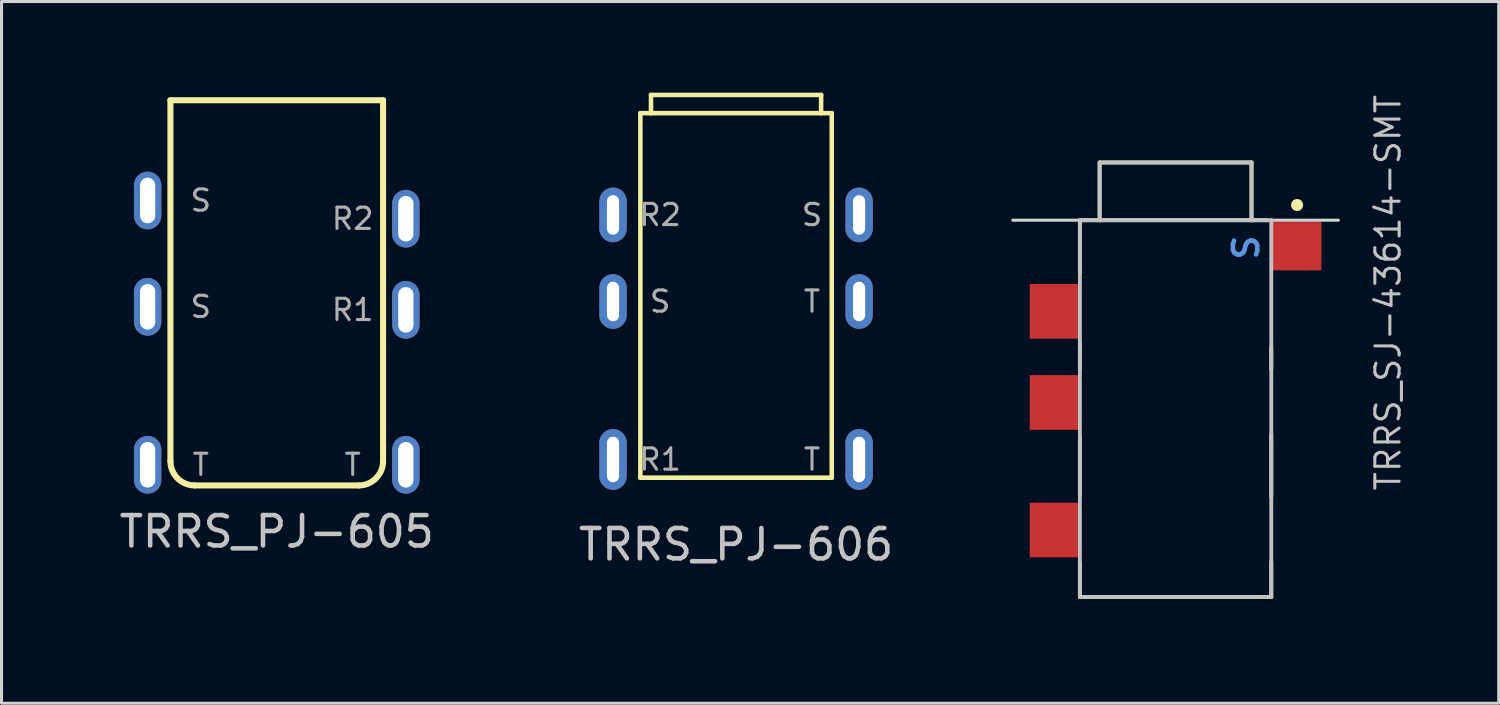
<source format=kicad_pcb>
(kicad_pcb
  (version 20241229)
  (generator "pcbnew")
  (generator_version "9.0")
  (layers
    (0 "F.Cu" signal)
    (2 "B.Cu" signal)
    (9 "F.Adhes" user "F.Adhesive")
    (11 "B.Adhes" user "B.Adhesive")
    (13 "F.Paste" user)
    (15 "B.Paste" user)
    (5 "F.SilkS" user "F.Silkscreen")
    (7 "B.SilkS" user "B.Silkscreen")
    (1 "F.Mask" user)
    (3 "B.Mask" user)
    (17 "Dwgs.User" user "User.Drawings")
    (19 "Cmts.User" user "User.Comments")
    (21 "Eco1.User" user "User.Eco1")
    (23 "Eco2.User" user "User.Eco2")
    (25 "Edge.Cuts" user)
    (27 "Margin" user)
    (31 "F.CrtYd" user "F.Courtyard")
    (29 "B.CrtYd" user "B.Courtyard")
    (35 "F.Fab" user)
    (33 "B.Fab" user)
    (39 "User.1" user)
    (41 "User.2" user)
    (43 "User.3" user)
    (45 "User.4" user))
  (footprint "TRRS_PJ-605"
    (layer "F.Cu")
    (at 6.06 0.25)
    (property "Reference" "TRRS_PJ-605" (at 0 14.2 0) (layer "Dwgs.User") (effects (font (size 1 1) (thickness 0.15))))
    (attr through_hole)
    (fp_line (start -3.5 0) (end -3.5 11.88) (stroke (width 0.2) (type solid)) (layer "F.SilkS"))
    (fp_line (start 2.7 12.68) (end -2.7 12.68) (stroke (width 0.2) (type solid)) (layer "F.SilkS"))
    (fp_line (start 3.5 0) (end -3.5 0) (stroke (width 0.2) (type solid)) (layer "F.SilkS"))
    (fp_line (start 3.5 0) (end 3.5 11.88) (stroke (width 0.2) (type solid)) (layer "F.SilkS"))
    (fp_arc (start -2.7 12.68) (mid -3.265685 12.445685) (end -3.5 11.88) (stroke (width 0.2) (type solid)) (layer "F.SilkS"))
    (fp_arc (start 3.5 11.88) (mid 3.265685 12.445685) (end 2.7 12.68) (stroke (width 0.2) (type solid)) (layer "F.SilkS"))
    (fp_line (start -3.5 0) (end -6 0) (stroke (width 0.12) (type solid)) (layer "Eco1.User"))
    (fp_line (start -3.5 0) (end -3.5 12) (stroke (width 0.12) (type solid)) (layer "Eco1.User"))
    (fp_line (start -2.7 12.8) (end 2.7 12.8) (stroke (width 0.12) (type solid)) (layer "Eco1.User"))
    (fp_line (start 3.5 0) (end 3.5 12) (stroke (width 0.12) (type solid)) (layer "Eco1.User"))
    (fp_line (start 3.5 0) (end 6 0) (stroke (width 0.12) (type solid)) (layer "Eco1.User"))
    (fp_arc (start -2.7 12.8) (mid -3.265685 12.565685) (end -3.5 12) (stroke (width 0.12) (type solid)) (layer "Eco1.User"))
    (fp_arc (start 3.5 12) (mid 3.265685 12.565685) (end 2.7 12.8) (stroke (width 0.12) (type solid)) (layer "Eco1.User"))
    (fp_text user "S" (at -2.5 3.3 0) (layer "F.Fab") (effects (font (size 0.7 0.7) (thickness 0.1))))
    (fp_text user "T" (at 2.5 12 0) (layer "F.Fab") (effects (font (size 0.7 0.7) (thickness 0.1))))
    (fp_text user "S" (at -2.5 6.8 0) (layer "F.Fab") (effects (font (size 0.7 0.7) (thickness 0.1))))
    (fp_text user "R2" (at 2.5 3.9 0) (layer "F.Fab") (effects (font (size 0.7 0.7) (thickness 0.1))))
    (fp_text user "T" (at -2.5 12 0) (layer "F.Fab") (effects (font (size 0.7 0.7) (thickness 0.1))))
    (fp_text user "R1" (at 2.5 6.9 0) (layer "F.Fab") (effects (font (size 0.7 0.7) (thickness 0.1))))
    (pad "1" thru_hole oval (at 4.25 3.9) (size 0.9 1.9) (drill oval 0.5 1.5) (layers "*.Cu" "*.Mask"))
    (pad "2" thru_hole oval (at 4.25 6.9) (size 0.9 1.9) (drill oval 0.5 1.5) (layers "*.Cu" "*.Mask"))
    (pad "3" thru_hole oval (at 4.25 12) (size 0.9 1.9) (drill oval 0.5 1.5) (layers "*.Cu" "*.Mask"))
    (pad "4" thru_hole oval (at -4.25 12) (size 0.9 1.9) (drill oval 0.5 1.5) (layers "*.Cu" "*.Mask"))
    (pad "5" thru_hole oval (at -4.25 6.8) (size 0.9 1.9) (drill oval 0.5 1.5) (layers "*.Cu" "*.Mask"))
    (pad "6" thru_hole oval (at -4.25 3.3) (size 0.9 1.9) (drill oval 0.5 1.5) (layers "*.Cu" "*.Mask")))
  (footprint "TRRS_SJ-43614-SMT"
    (layer "F.Cu")
    (at 35.648 4.199)
    (property "Reference" "TRRS_SJ-43614-SMT" (at 6.994 2.385 270) (layer "Dwgs.User") (effects (font (size 0.8 0.8) (thickness 0.1))))
    (attr smd)
    (fp_line (start -3.15 0) (end -3.15 1.75) (stroke (width 0.127) (type solid)) (layer "F.SilkS"))
    (fp_line (start -3.15 4.05) (end -3.15 4.9) (stroke (width 0.127) (type solid)) (layer "F.SilkS"))
    (fp_line (start -3.15 7.15) (end -3.15 9.05) (stroke (width 0.127) (type solid)) (layer "F.SilkS"))
    (fp_line (start -3.15 12.4) (end -3.15 11.3) (stroke (width 0.127) (type solid)) (layer "F.SilkS"))
    (fp_line (start -2.5 -1.9) (end -2.5 0) (stroke (width 0.127) (type solid)) (layer "F.SilkS"))
    (fp_line (start -2.5 0) (end -3.15 0) (stroke (width 0.127) (type solid)) (layer "F.SilkS"))
    (fp_line (start 2.5 -1.9) (end -2.5 -1.9) (stroke (width 0.127) (type solid)) (layer "F.SilkS"))
    (fp_line (start 2.5 0) (end -2.5 0) (stroke (width 0.127) (type solid)) (layer "F.SilkS"))
    (fp_line (start 2.5 0) (end 2.5 -1.9) (stroke (width 0.127) (type solid)) (layer "F.SilkS"))
    (fp_line (start 3 0) (end 2.5 0) (stroke (width 0.127) (type solid)) (layer "F.SilkS"))
    (fp_line (start 3.15 4.2) (end 3.15 4.9) (stroke (width 0.127) (type solid)) (layer "F.SilkS"))
    (fp_line (start 3.15 9.1) (end 3.15 7.05) (stroke (width 0.127) (type solid)) (layer "F.SilkS"))
    (fp_line (start 3.15 11.25) (end 3.15 12.4) (stroke (width 0.127) (type solid)) (layer "F.SilkS"))
    (fp_line (start 3.15 12.4) (end -3.15 12.4) (stroke (width 0.127) (type solid)) (layer "F.SilkS"))
    (fp_circle (center 4 -0.5) (end 4 -0.4) (stroke (width 0.2) (type solid)) (fill no) (layer "F.SilkS"))
    (fp_line (start -3.15 0) (end -2.5 0) (stroke (width 0.127) (type solid)) (layer "Dwgs.User"))
    (fp_line (start -3.15 12.4) (end -3.15 0) (stroke (width 0.127) (type solid)) (layer "Dwgs.User"))
    (fp_line (start -2.5 -1.9) (end -2.5 0) (stroke (width 0.127) (type solid)) (layer "Dwgs.User"))
    (fp_line (start -2.5 0) (end 2.5 0) (stroke (width 0.127) (type solid)) (layer "Dwgs.User"))
    (fp_line (start 2.5 -1.9) (end -2.5 -1.9) (stroke (width 0.127) (type solid)) (layer "Dwgs.User"))
    (fp_line (start 2.5 0) (end 2.5 -1.9) (stroke (width 0.127) (type solid)) (layer "Dwgs.User"))
    (fp_line (start 2.5 0) (end 3.15 0) (stroke (width 0.127) (type solid)) (layer "Dwgs.User"))
    (fp_line (start 3.15 0) (end 3.15 12.4) (stroke (width 0.127) (type solid)) (layer "Dwgs.User"))
    (fp_line (start 3.15 12.4) (end -3.15 12.4) (stroke (width 0.127) (type solid)) (layer "Dwgs.User"))
    (fp_line (start -5 2) (end -3.5 2) (stroke (width 0.05) (type solid)) (layer "Eco1.User"))
    (fp_line (start -5 11.25) (end -5 2) (stroke (width 0.05) (type solid)) (layer "Eco1.User"))
    (fp_line (start -3.5 -0.25) (end -2.75 -0.25) (stroke (width 0.05) (type solid)) (layer "Eco1.User"))
    (fp_line (start -3.5 2) (end -3.5 -0.25) (stroke (width 0.05) (type solid)) (layer "Eco1.User"))
    (fp_line (start -3.5 11.25) (end -5 11.25) (stroke (width 0.05) (type solid)) (layer "Eco1.User"))
    (fp_line (start -3.5 12.75) (end -3.5 11.25) (stroke (width 0.05) (type solid)) (layer "Eco1.User"))
    (fp_line (start -2.75 -0.25) (end -2.75 -2.25) (stroke (width 0.05) (type solid)) (layer "Eco1.User"))
    (fp_line (start 2.75 -2.25) (end -2.75 -2.25) (stroke (width 0.05) (type solid)) (layer "Eco1.User"))
    (fp_line (start 2.75 -2.25) (end 2.75 -0.25) (stroke (width 0.05) (type solid)) (layer "Eco1.User"))
    (fp_line (start 2.75 -0.25) (end 5 -0.25) (stroke (width 0.05) (type solid)) (layer "Eco1.User"))
    (fp_line (start 3.5 11.25) (end 3.5 12.75) (stroke (width 0.05) (type solid)) (layer "Eco1.User"))
    (fp_line (start 3.5 12.75) (end -3.5 12.75) (stroke (width 0.05) (type solid)) (layer "Eco1.User"))
    (fp_line (start 5 -0.25) (end 5 11.25) (stroke (width 0.05) (type solid)) (layer "Eco1.User"))
    (fp_line (start 5 11.25) (end 3.5 11.25) (stroke (width 0.05) (type solid)) (layer "Eco1.User"))
    (fp_line (start -3.15 0) (end -5.358 0) (stroke (width 0.1) (type solid)) (layer "Edge.Cuts"))
    (fp_line (start -3.15 0) (end -3.15 7.5) (stroke (width 0.0001) (type solid)) (layer "Edge.Cuts"))
    (fp_line (start -3.15 7.5) (end -3.6 7.5) (stroke (width 0.0001) (type solid)) (layer "Edge.Cuts"))
    (fp_line (start -3.15 8.7) (end -3.6 8.7) (stroke (width 0.0001) (type solid)) (layer "Edge.Cuts"))
    (fp_line (start -3.15 12.4) (end -3.15 8.7) (stroke (width 0.0001) (type solid)) (layer "Edge.Cuts"))
    (fp_line (start 2.15 12.4) (end -2.15 12.4) (stroke (width 0.0001) (type solid)) (layer "Edge.Cuts"))
    (fp_line (start 3.15 0) (end 3.15 7.5) (stroke (width 0.0001) (type solid)) (layer "Edge.Cuts"))
    (fp_line (start 3.15 0) (end 5.358 0) (stroke (width 0.1) (type solid)) (layer "Edge.Cuts"))
    (fp_line (start 3.15 7.5) (end 3.6 7.5) (stroke (width 0.0001) (type solid)) (layer "Edge.Cuts"))
    (fp_line (start 3.15 8.7) (end 3.15 12.4) (stroke (width 0.0001) (type solid)) (layer "Edge.Cuts"))
    (fp_line (start 3.15 8.7) (end 3.6 8.7) (stroke (width 0.0001) (type solid)) (layer "Edge.Cuts"))
    (fp_arc (start -4.2 8.1) (mid -4.024264 7.675736) (end -3.6 7.5) (stroke (width 0.0001) (type solid)) (layer "Edge.Cuts"))
    (fp_arc (start -3.6 8.7) (mid -4.024264 8.524264) (end -4.2 8.1) (stroke (width 0.0001) (type solid)) (layer "Edge.Cuts"))
    (fp_arc (start -2.65 12.9) (mid -3.003553 12.753553) (end -3.15 12.4) (stroke (width 0.0001) (type solid)) (layer "Edge.Cuts"))
    (fp_arc (start -2.15 12.4) (mid -2.296447 12.753553) (end -2.65 12.9) (stroke (width 0.0001) (type solid)) (layer "Edge.Cuts"))
    (fp_arc (start 2.65 12.9) (mid 2.296447 12.753553) (end 2.15 12.4) (stroke (width 0.0001) (type solid)) (layer "Edge.Cuts"))
    (fp_arc (start 3.15 12.4) (mid 3.003553 12.753553) (end 2.65 12.9) (stroke (width 0.0001) (type solid)) (layer "Edge.Cuts"))
    (fp_arc (start 3.6 7.5) (mid 4.024264 7.675736) (end 4.2 8.1) (stroke (width 0.0001) (type solid)) (layer "Edge.Cuts"))
    (fp_arc (start 4.2 8.1) (mid 4.024264 8.524264) (end 3.6 8.7) (stroke (width 0.0001) (type solid)) (layer "Edge.Cuts"))
    (fp_text user "S" (at 2.25 0.9 270) (unlocked yes) (layer "Cmts.User") (effects (font (size 0.8 0.8) (thickness 0.15))))
    (pad "1" smd rect (at 3.975 0.85 90) (size 1.6 1.65) (layers "F.Cu" "F.Mask" "F.Paste"))
    (pad "2" smd rect (at -3.975 10.2 90) (size 1.8 1.65) (layers "F.Cu" "F.Mask" "F.Paste"))
    (pad "3" smd rect (at -3.975 6 90) (size 1.8 1.65) (layers "F.Cu" "F.Mask" "F.Paste"))
    (pad "4" smd rect (at -3.975 3 90) (size 1.8 1.65) (layers "F.Cu" "F.Mask" "F.Paste")))
  (footprint "TRRS_PJ-606"
    (layer "F.Cu")
    (at 21.18 0.675)
    (property "Reference" "TRRS_PJ-606" (at 0 14.2 0) (layer "Dwgs.User") (effects (font (size 1 1) (thickness 0.15))))
    (attr through_hole)
    (fp_line (start -3.15 0) (end -3.15 12) (stroke (width 0.15) (type solid)) (layer "F.SilkS"))
    (fp_line (start -2.8 0) (end -2.8 -0.6) (stroke (width 0.15) (type solid)) (layer "F.SilkS"))
    (fp_line (start 2.8 -0.6) (end -2.8 -0.6) (stroke (width 0.15) (type solid)) (layer "F.SilkS"))
    (fp_line (start 2.8 0) (end 2.8 -0.6) (stroke (width 0.15) (type solid)) (layer "F.SilkS"))
    (fp_line (start 3.15 0) (end -3.15 0) (stroke (width 0.15) (type solid)) (layer "F.SilkS"))
    (fp_line (start 3.15 0) (end 3.15 12) (stroke (width 0.15) (type solid)) (layer "F.SilkS"))
    (fp_line (start 3.15 12) (end -3.15 12) (stroke (width 0.15) (type solid)) (layer "F.SilkS"))
    (fp_line (start -3.35 0) (end -6 0) (stroke (width 0.12) (type solid)) (layer "Eco1.User"))
    (fp_line (start -3.35 0) (end -3.35 12.7) (stroke (width 0.12) (type solid)) (layer "Eco1.User"))
    (fp_line (start -3.35 12.7) (end 3.35 12.7) (stroke (width 0.12) (type solid)) (layer "Eco1.User"))
    (fp_line (start 3.35 0) (end 3.35 12.7) (stroke (width 0.12) (type solid)) (layer "Eco1.User"))
    (fp_line (start 3.35 0) (end 6 0) (stroke (width 0.12) (type solid)) (layer "Eco1.User"))
    (fp_text user "R2" (at -2.5 3.35 0) (layer "F.Fab") (effects (font (size 0.7 0.7) (thickness 0.1))))
    (fp_text user "T" (at 2.5 6.2 0) (layer "F.Fab") (effects (font (size 0.7 0.7) (thickness 0.1))))
    (fp_text user "T" (at 2.5 11.4 0) (layer "F.Fab") (effects (font (size 0.7 0.7) (thickness 0.1))))
    (fp_text user "R1" (at -2.5 11.4 0) (layer "F.Fab") (effects (font (size 0.7 0.7) (thickness 0.1))))
    (fp_text user "S" (at 2.5 3.35 0) (layer "F.Fab") (effects (font (size 0.7 0.7) (thickness 0.1))))
    (fp_text user "S" (at -2.5 6.2 0) (layer "F.Fab") (effects (font (size 0.7 0.7) (thickness 0.1))))
    (pad "1" thru_hole oval (at -4.05 3.35) (size 0.9 1.8) (drill oval 0.4 1.3) (layers "*.Cu" "*.Mask"))
    (pad "2" thru_hole oval (at -4.05 6.2) (size 0.9 1.8) (drill oval 0.4 1.3) (layers "*.Cu" "*.Mask"))
    (pad "3" thru_hole oval (at -4.05 11.4) (size 0.9 2) (drill oval 0.4 1.5) (layers "*.Cu" "*.Mask"))
    (pad "4" thru_hole oval (at 4.05 11.4) (size 0.9 2) (drill oval 0.4 1.5) (layers "*.Cu" "*.Mask"))
    (pad "5" thru_hole oval (at 4.05 6.2) (size 0.9 1.8) (drill oval 0.4 1.3) (layers "*.Cu" "*.Mask"))
    (pad "6" thru_hole oval (at 4.05 3.35) (size 0.9 1.8) (drill oval 0.4 1.3) (layers "*.Cu" "*.Mask")))
  (gr_rect
    (start -3 -3)
    (end 46.286 20.099)
    (stroke (width 0.1) (type default))
    (fill no)
    (layer "Edge.Cuts")))
</source>
